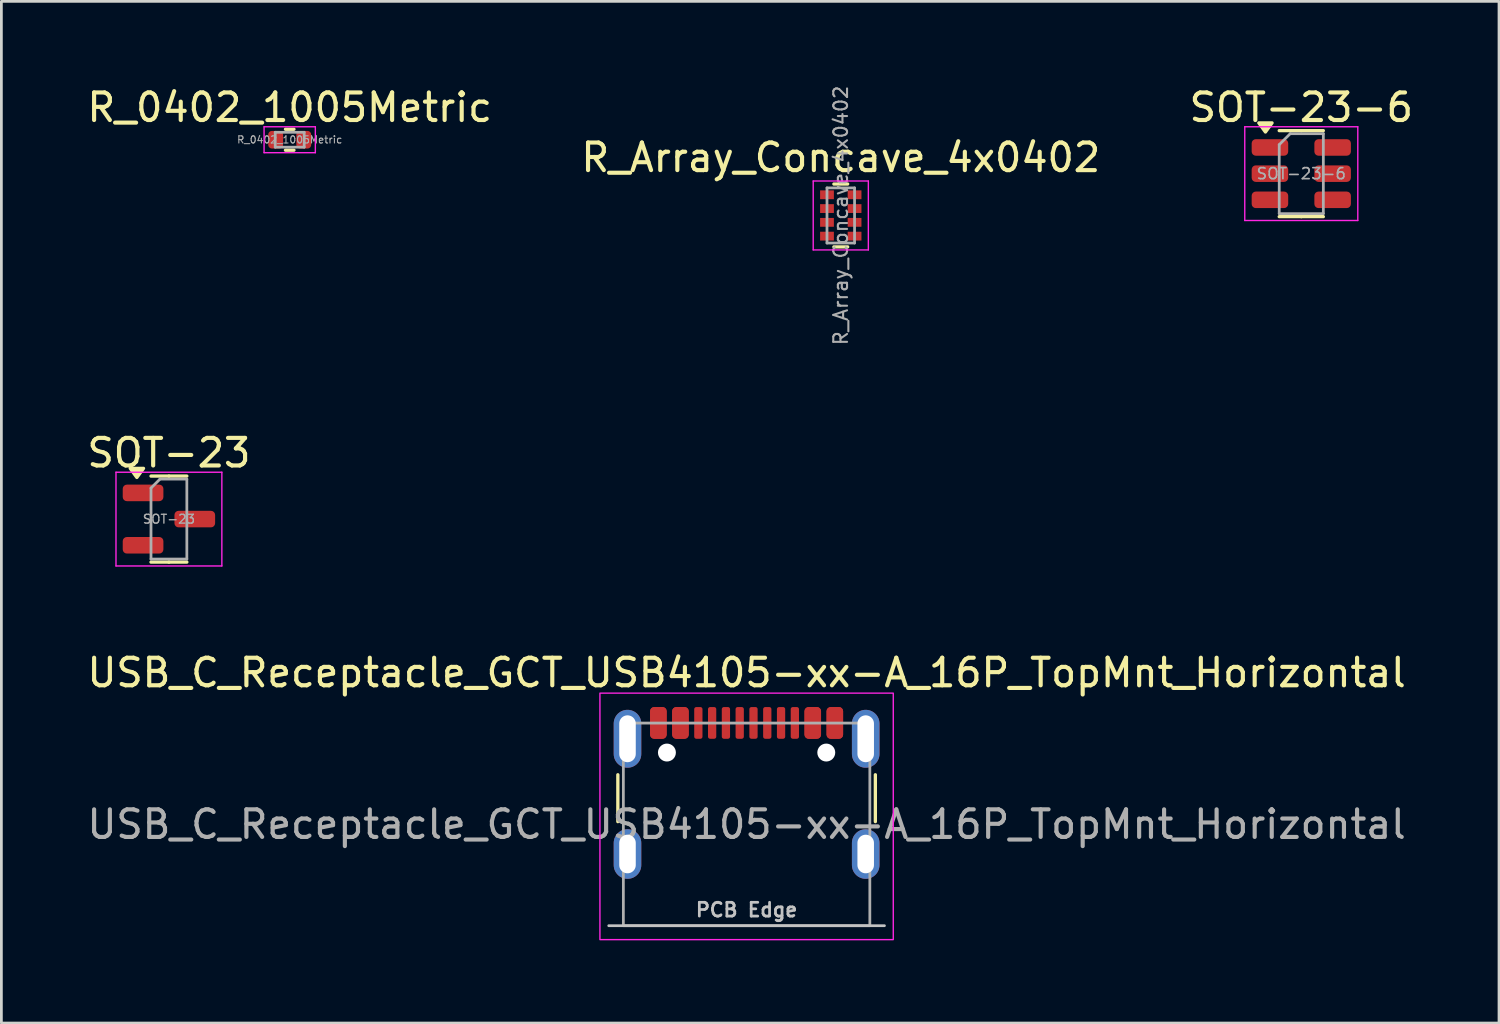
<source format=kicad_pcb>
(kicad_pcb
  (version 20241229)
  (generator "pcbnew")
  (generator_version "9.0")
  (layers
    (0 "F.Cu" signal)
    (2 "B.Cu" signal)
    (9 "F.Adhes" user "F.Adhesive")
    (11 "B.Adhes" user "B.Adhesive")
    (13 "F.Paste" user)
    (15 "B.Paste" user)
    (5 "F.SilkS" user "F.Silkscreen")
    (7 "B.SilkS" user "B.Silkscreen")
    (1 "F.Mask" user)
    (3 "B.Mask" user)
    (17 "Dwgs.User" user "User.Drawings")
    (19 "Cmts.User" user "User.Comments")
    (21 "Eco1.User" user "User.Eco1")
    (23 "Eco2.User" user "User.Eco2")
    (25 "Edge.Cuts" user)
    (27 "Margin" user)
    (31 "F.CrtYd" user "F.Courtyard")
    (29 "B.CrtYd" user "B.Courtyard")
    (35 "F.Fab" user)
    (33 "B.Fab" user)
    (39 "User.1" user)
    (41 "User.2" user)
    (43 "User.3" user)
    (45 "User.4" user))
  (footprint "R_Array_Concave_4x0402"
    (layer "F.Cu")
    (at 27.446 4.765)
    (property "Reference" "R_Array_Concave_4x0402" (at 0 -2.1 180) (layer "F.SilkS") (effects (font (size 1 1) (thickness 0.15))))
    (attr smd)
    (fp_line (start 0.25 -1.14) (end -0.25 -1.14) (stroke (width 0.12) (type solid)) (layer "F.SilkS"))
    (fp_line (start 0.25 1.14) (end -0.25 1.14) (stroke (width 0.12) (type solid)) (layer "F.SilkS"))
    (fp_line (start -1 -1.25) (end -1 1.25) (stroke (width 0.05) (type solid)) (layer "F.CrtYd"))
    (fp_line (start -1 -1.25) (end 1 -1.25) (stroke (width 0.05) (type solid)) (layer "F.CrtYd"))
    (fp_line (start 1 1.25) (end -1 1.25) (stroke (width 0.05) (type solid)) (layer "F.CrtYd"))
    (fp_line (start 1 1.25) (end 1 -1.25) (stroke (width 0.05) (type solid)) (layer "F.CrtYd"))
    (fp_line (start -0.5 -1) (end 0.5 -1) (stroke (width 0.1) (type solid)) (layer "F.Fab"))
    (fp_line (start -0.5 1) (end -0.5 -1) (stroke (width 0.1) (type solid)) (layer "F.Fab"))
    (fp_line (start 0.5 -1) (end 0.5 1) (stroke (width 0.1) (type solid)) (layer "F.Fab"))
    (fp_line (start 0.5 1) (end -0.5 1) (stroke (width 0.1) (type solid)) (layer "F.Fab"))
    (fp_text user "${REFERENCE}" (at 0 0 90) (layer "F.Fab") (effects (font (size 0.5 0.5) (thickness 0.075))))
    (pad "1" smd rect (at -0.5 -0.75) (size 0.5 0.32) (layers "F.Cu" "F.Mask" "F.Paste"))
    (pad "2" smd rect (at -0.5 -0.25) (size 0.5 0.32) (layers "F.Cu" "F.Mask" "F.Paste"))
    (pad "3" smd rect (at -0.5 0.25) (size 0.5 0.32) (layers "F.Cu" "F.Mask" "F.Paste"))
    (pad "4" smd rect (at -0.5 0.75) (size 0.5 0.32) (layers "F.Cu" "F.Mask" "F.Paste"))
    (pad "5" smd rect (at 0.5 0.75) (size 0.5 0.32) (layers "F.Cu" "F.Mask" "F.Paste"))
    (pad "6" smd rect (at 0.5 0.25) (size 0.5 0.32) (layers "F.Cu" "F.Mask" "F.Paste"))
    (pad "7" smd rect (at 0.5 -0.25) (size 0.5 0.32) (layers "F.Cu" "F.Mask" "F.Paste"))
    (pad "8" smd rect (at 0.5 -0.75) (size 0.5 0.32) (layers "F.Cu" "F.Mask" "F.Paste")))
  (footprint "USB_C_Receptacle_GCT_USB4105-xx-A_16P_TopMnt_Horizontal"
    (layer "F.Cu")
    (at 24.03 26.851)
    (property "Reference" "USB_C_Receptacle_GCT_USB4105-xx-A_16P_TopMnt_Horizontal" (at 0 -5.5 0) (unlocked yes) (layer "F.SilkS") (effects (font (size 1 1) (thickness 0.15))))
    (attr smd)
    (fp_line (start -4.67 -0.1) (end -4.67 -1.8) (stroke (width 0.12) (type solid)) (layer "F.SilkS"))
    (fp_line (start 4.67 -0.1) (end 4.67 -1.8) (stroke (width 0.12) (type solid)) (layer "F.SilkS"))
    (fp_line (start 5 3.675) (end -5 3.675) (stroke (width 0.1) (type solid)) (layer "Dwgs.User"))
    (fp_rect (start -5.32 -4.76) (end 5.32 4.18) (stroke (width 0.05) (type solid)) (fill no) (layer "F.CrtYd"))
    (fp_rect (start -4.47 -3.675) (end 4.47 3.675) (stroke (width 0.1) (type solid)) (fill no) (layer "F.Fab"))
    (fp_text user "PCB Edge" (at 0 3.1 0) (unlocked yes) (layer "Dwgs.User") (effects (font (size 0.5 0.5) (thickness 0.1))))
    (fp_text user "${REFERENCE}" (at 0 0 0) (unlocked yes) (layer "F.Fab") (effects (font (size 1 1) (thickness 0.15))))
    (pad "" np_thru_hole circle (at -2.89 -2.605) (size 0.65 0.65) (drill 0.65) (layers "*.Cu" "*.Mask"))
    (pad "" np_thru_hole circle (at 2.89 -2.605) (size 0.65 0.65) (drill 0.65) (layers "*.Cu" "*.Mask"))
    (pad "A1" smd roundrect (at -3.2 -3.68) (size 0.6 1.15) (layers "F.Cu" "F.Mask" "F.Paste") (roundrect_rratio 0.25))
    (pad "A4" smd roundrect (at -2.4 -3.68) (size 0.6 1.15) (layers "F.Cu" "F.Mask" "F.Paste") (roundrect_rratio 0.25))
    (pad "A5" smd roundrect (at -1.25 -3.68) (size 0.3 1.15) (layers "F.Cu" "F.Mask" "F.Paste") (roundrect_rratio 0.25))
    (pad "A6" smd roundrect (at -0.25 -3.68) (size 0.3 1.15) (layers "F.Cu" "F.Mask" "F.Paste") (roundrect_rratio 0.25))
    (pad "A7" smd roundrect (at 0.25 -3.68) (size 0.3 1.15) (layers "F.Cu" "F.Mask" "F.Paste") (roundrect_rratio 0.25))
    (pad "A8" smd roundrect (at 1.25 -3.68) (size 0.3 1.15) (layers "F.Cu" "F.Mask" "F.Paste") (roundrect_rratio 0.25))
    (pad "A9" smd roundrect (at 2.4 -3.68) (size 0.6 1.15) (layers "F.Cu" "F.Mask" "F.Paste") (roundrect_rratio 0.25))
    (pad "A12" smd roundrect (at 3.2 -3.68) (size 0.6 1.15) (layers "F.Cu" "F.Mask" "F.Paste") (roundrect_rratio 0.25))
    (pad "B1" smd roundrect (at 3.2 -3.68) (size 0.6 1.15) (layers "F.Cu" "F.Mask" "F.Paste") (roundrect_rratio 0.25))
    (pad "B4" smd roundrect (at 2.4 -3.68) (size 0.6 1.15) (layers "F.Cu" "F.Mask" "F.Paste") (roundrect_rratio 0.25))
    (pad "B5" smd roundrect (at 1.75 -3.68) (size 0.3 1.15) (layers "F.Cu" "F.Mask" "F.Paste") (roundrect_rratio 0.25))
    (pad "B6" smd roundrect (at 0.75 -3.68) (size 0.3 1.15) (layers "F.Cu" "F.Mask" "F.Paste") (roundrect_rratio 0.25))
    (pad "B7" smd roundrect (at -0.75 -3.68) (size 0.3 1.15) (layers "F.Cu" "F.Mask" "F.Paste") (roundrect_rratio 0.25))
    (pad "B8" smd roundrect (at -1.75 -3.68) (size 0.3 1.15) (layers "F.Cu" "F.Mask" "F.Paste") (roundrect_rratio 0.25))
    (pad "B9" smd roundrect (at -2.4 -3.68) (size 0.6 1.15) (layers "F.Cu" "F.Mask" "F.Paste") (roundrect_rratio 0.25))
    (pad "B12" smd roundrect (at -3.2 -3.68) (size 0.6 1.15) (layers "F.Cu" "F.Mask" "F.Paste") (roundrect_rratio 0.25))
    (pad "S1" thru_hole oval (at -4.32 -3.105) (size 1 2.1) (drill oval 0.6 1.7) (property pad_prop_heatsink) (layers "*.Cu" "*.Mask" "F.Paste"))
    (pad "S1" thru_hole oval (at -4.32 1.075) (size 1 1.8) (drill oval 0.6 1.4) (property pad_prop_heatsink) (layers "*.Cu" "*.Mask" "F.Paste"))
    (pad "S1" thru_hole oval (at 4.32 -3.105) (size 1 2.1) (drill oval 0.6 1.7) (property pad_prop_heatsink) (layers "*.Cu" "*.Mask" "F.Paste"))
    (pad "S1" thru_hole oval (at 4.32 1.075) (size 1 1.8) (drill oval 0.6 1.4) (property pad_prop_heatsink) (layers "*.Cu" "*.Mask" "F.Paste")))
  (footprint "R_0402_1005Metric"
    (layer "F.Cu")
    (at 7.458 2.018)
    (property "Reference" "R_0402_1005Metric" (at 0 -1.17 0) (layer "F.SilkS") (effects (font (size 1 1) (thickness 0.15))))
    (attr smd)
    (fp_line (start -0.154 -0.38) (end 0.154 -0.38) (stroke (width 0.12) (type solid)) (layer "F.SilkS"))
    (fp_line (start -0.154 0.38) (end 0.154 0.38) (stroke (width 0.12) (type solid)) (layer "F.SilkS"))
    (fp_line (start -0.93 -0.47) (end 0.93 -0.47) (stroke (width 0.05) (type solid)) (layer "F.CrtYd"))
    (fp_line (start -0.93 0.47) (end -0.93 -0.47) (stroke (width 0.05) (type solid)) (layer "F.CrtYd"))
    (fp_line (start 0.93 -0.47) (end 0.93 0.47) (stroke (width 0.05) (type solid)) (layer "F.CrtYd"))
    (fp_line (start 0.93 0.47) (end -0.93 0.47) (stroke (width 0.05) (type solid)) (layer "F.CrtYd"))
    (fp_line (start -0.525 -0.27) (end 0.525 -0.27) (stroke (width 0.1) (type solid)) (layer "F.Fab"))
    (fp_line (start -0.525 0.27) (end -0.525 -0.27) (stroke (width 0.1) (type solid)) (layer "F.Fab"))
    (fp_line (start 0.525 -0.27) (end 0.525 0.27) (stroke (width 0.1) (type solid)) (layer "F.Fab"))
    (fp_line (start 0.525 0.27) (end -0.525 0.27) (stroke (width 0.1) (type solid)) (layer "F.Fab"))
    (fp_text user "${REFERENCE}" (at 0 0 0) (layer "F.Fab") (effects (font (size 0.26 0.26) (thickness 0.04))))
    (pad "1" smd roundrect (at -0.51 0) (size 0.54 0.64) (layers "F.Cu" "F.Mask" "F.Paste") (roundrect_rratio 0.25))
    (pad "2" smd roundrect (at 0.51 0) (size 0.54 0.64) (layers "F.Cu" "F.Mask" "F.Paste") (roundrect_rratio 0.25)))
  (footprint "SOT-23-6"
    (layer "F.Cu")
    (at 44.149 3.248)
    (property "Reference" "SOT-23-6" (at 0 -2.4 0) (layer "F.SilkS") (effects (font (size 1 1) (thickness 0.15))))
    (attr smd)
    (fp_line (start 0 -1.56) (end -0.8 -1.56) (stroke (width 0.12) (type solid)) (layer "F.SilkS"))
    (fp_line (start 0 -1.56) (end 0.8 -1.56) (stroke (width 0.12) (type solid)) (layer "F.SilkS"))
    (fp_line (start 0 1.56) (end -0.8 1.56) (stroke (width 0.12) (type solid)) (layer "F.SilkS"))
    (fp_line (start 0 1.56) (end 0.8 1.56) (stroke (width 0.12) (type solid)) (layer "F.SilkS"))
    (fp_poly (pts (xy -1.3 -1.51) (xy -1.54 -1.84) (xy -1.06 -1.84) (xy -1.3 -1.51)) (stroke (width 0.12) (type solid)) (fill yes) (layer "F.SilkS"))
    (fp_line (start -2.05 -1.7) (end -2.05 1.7) (stroke (width 0.05) (type solid)) (layer "F.CrtYd"))
    (fp_line (start -2.05 1.7) (end 2.05 1.7) (stroke (width 0.05) (type solid)) (layer "F.CrtYd"))
    (fp_line (start 2.05 -1.7) (end -2.05 -1.7) (stroke (width 0.05) (type solid)) (layer "F.CrtYd"))
    (fp_line (start 2.05 1.7) (end 2.05 -1.7) (stroke (width 0.05) (type solid)) (layer "F.CrtYd"))
    (fp_line (start -0.8 -1.05) (end -0.4 -1.45) (stroke (width 0.1) (type solid)) (layer "F.Fab"))
    (fp_line (start -0.8 1.45) (end -0.8 -1.05) (stroke (width 0.1) (type solid)) (layer "F.Fab"))
    (fp_line (start -0.4 -1.45) (end 0.8 -1.45) (stroke (width 0.1) (type solid)) (layer "F.Fab"))
    (fp_line (start 0.8 -1.45) (end 0.8 1.45) (stroke (width 0.1) (type solid)) (layer "F.Fab"))
    (fp_line (start 0.8 1.45) (end -0.8 1.45) (stroke (width 0.1) (type solid)) (layer "F.Fab"))
    (fp_text user "${REFERENCE}" (at 0 0 0) (layer "F.Fab") (effects (font (size 0.4 0.4) (thickness 0.06))))
    (pad "1" smd roundrect (at -1.137 -0.95) (size 1.325 0.6) (layers "F.Cu" "F.Mask" "F.Paste") (roundrect_rratio 0.25))
    (pad "2" smd roundrect (at -1.137 0) (size 1.325 0.6) (layers "F.Cu" "F.Mask" "F.Paste") (roundrect_rratio 0.25))
    (pad "3" smd roundrect (at -1.137 0.95) (size 1.325 0.6) (layers "F.Cu" "F.Mask" "F.Paste") (roundrect_rratio 0.25))
    (pad "4" smd roundrect (at 1.137 0.95) (size 1.325 0.6) (layers "F.Cu" "F.Mask" "F.Paste") (roundrect_rratio 0.25))
    (pad "5" smd roundrect (at 1.137 0) (size 1.325 0.6) (layers "F.Cu" "F.Mask" "F.Paste") (roundrect_rratio 0.25))
    (pad "6" smd roundrect (at 1.137 -0.95) (size 1.325 0.6) (layers "F.Cu" "F.Mask" "F.Paste") (roundrect_rratio 0.25)))
  (footprint "SOT-23"
    (layer "F.Cu")
    (at 3.077 15.778)
    (property "Reference" "SOT-23" (at 0 -2.4 0) (layer "F.SilkS") (effects (font (size 1 1) (thickness 0.15))))
    (attr smd)
    (fp_line (start 0 -1.56) (end -0.65 -1.56) (stroke (width 0.12) (type solid)) (layer "F.SilkS"))
    (fp_line (start 0 -1.56) (end 0.65 -1.56) (stroke (width 0.12) (type solid)) (layer "F.SilkS"))
    (fp_line (start 0 1.56) (end -0.65 1.56) (stroke (width 0.12) (type solid)) (layer "F.SilkS"))
    (fp_line (start 0 1.56) (end 0.65 1.56) (stroke (width 0.12) (type solid)) (layer "F.SilkS"))
    (fp_poly (pts (xy -1.163 -1.51) (xy -1.403 -1.84) (xy -0.922 -1.84) (xy -1.163 -1.51)) (stroke (width 0.12) (type solid)) (fill yes) (layer "F.SilkS"))
    (fp_line (start -1.92 -1.7) (end -1.92 1.7) (stroke (width 0.05) (type solid)) (layer "F.CrtYd"))
    (fp_line (start -1.92 1.7) (end 1.92 1.7) (stroke (width 0.05) (type solid)) (layer "F.CrtYd"))
    (fp_line (start 1.92 -1.7) (end -1.92 -1.7) (stroke (width 0.05) (type solid)) (layer "F.CrtYd"))
    (fp_line (start 1.92 1.7) (end 1.92 -1.7) (stroke (width 0.05) (type solid)) (layer "F.CrtYd"))
    (fp_line (start -0.65 -1.125) (end -0.325 -1.45) (stroke (width 0.1) (type solid)) (layer "F.Fab"))
    (fp_line (start -0.65 1.45) (end -0.65 -1.125) (stroke (width 0.1) (type solid)) (layer "F.Fab"))
    (fp_line (start -0.325 -1.45) (end 0.65 -1.45) (stroke (width 0.1) (type solid)) (layer "F.Fab"))
    (fp_line (start 0.65 -1.45) (end 0.65 1.45) (stroke (width 0.1) (type solid)) (layer "F.Fab"))
    (fp_line (start 0.65 1.45) (end -0.65 1.45) (stroke (width 0.1) (type solid)) (layer "F.Fab"))
    (fp_text user "${REFERENCE}" (at 0 0 0) (layer "F.Fab") (effects (font (size 0.32 0.32) (thickness 0.05))))
    (pad "1" smd roundrect (at -0.938 -0.95) (size 1.475 0.6) (layers "F.Cu" "F.Mask" "F.Paste") (roundrect_rratio 0.25))
    (pad "2" smd roundrect (at -0.938 0.95) (size 1.475 0.6) (layers "F.Cu" "F.Mask" "F.Paste") (roundrect_rratio 0.25))
    (pad "3" smd roundrect (at 0.938 0) (size 1.475 0.6) (layers "F.Cu" "F.Mask" "F.Paste") (roundrect_rratio 0.25)))
  (gr_rect
    (start -3 -3)
    (end 51.321 34.056)
    (stroke (width 0.1) (type default))
    (fill no)
    (layer "Edge.Cuts")))
</source>
